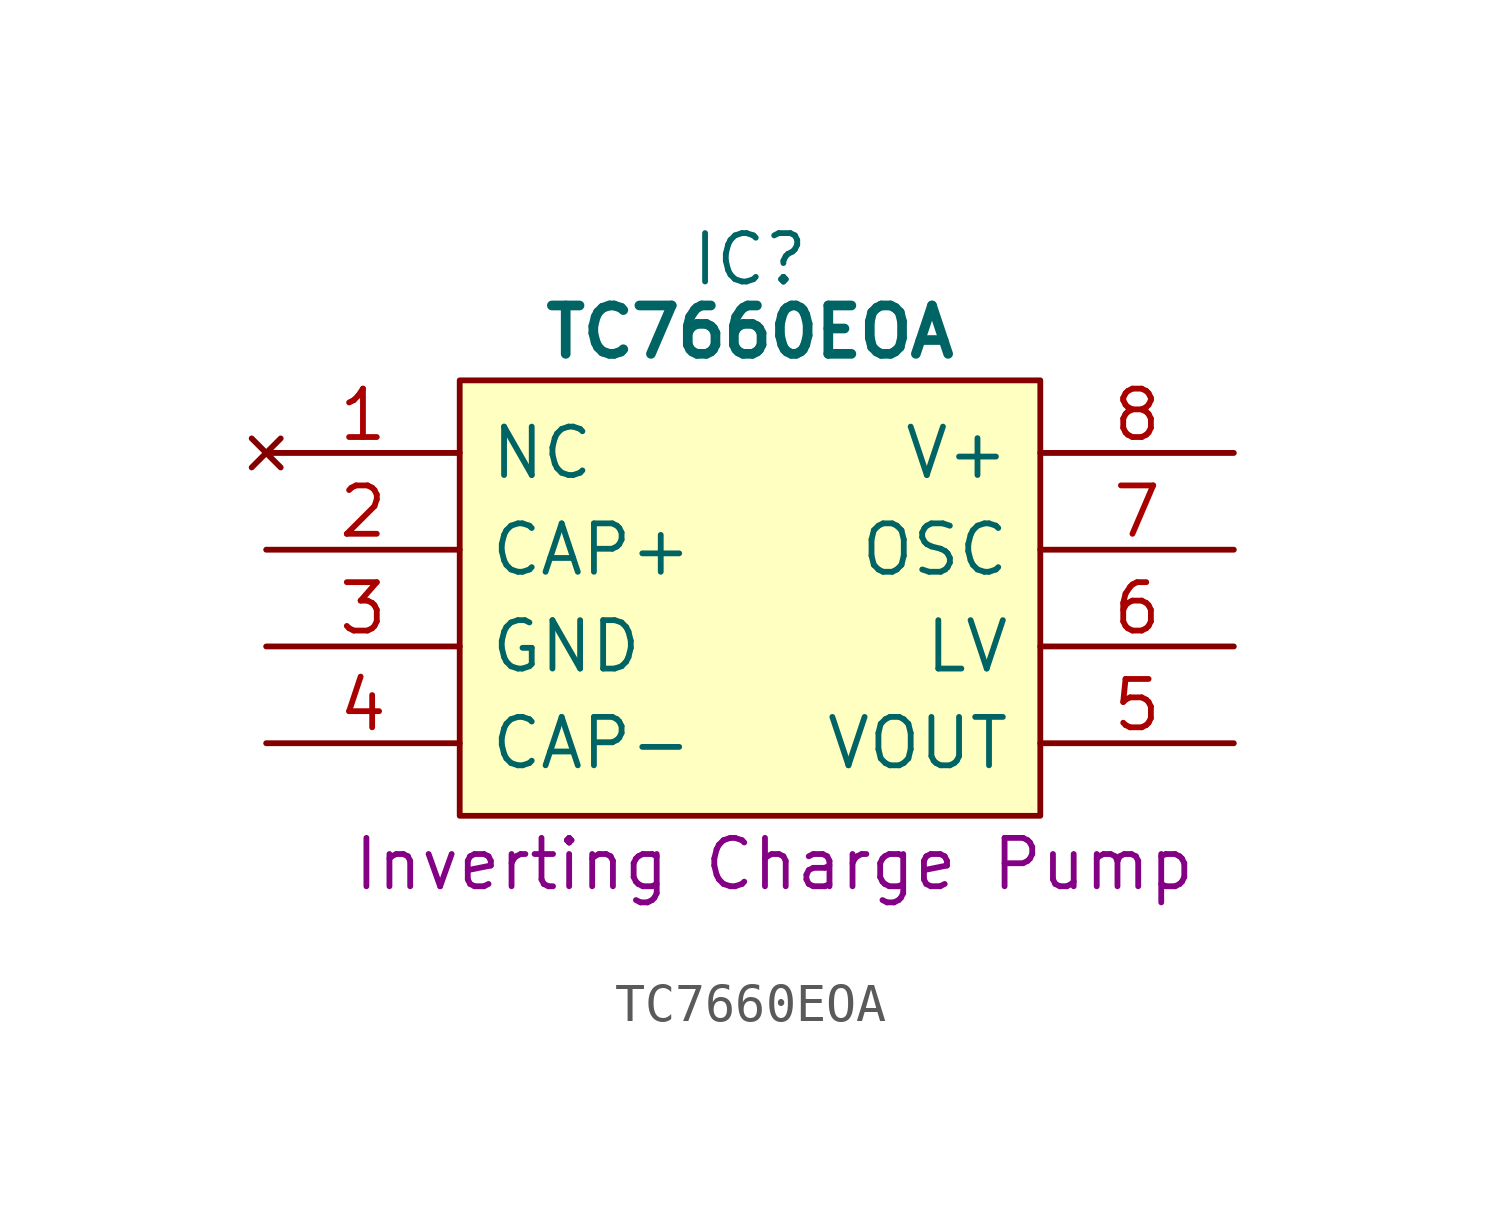
<source format=kicad_sym>
(kicad_symbol_lib
  (version 20241209)
  (generator "kicad_symbol_editor")
  (generator_version "9.0")
  (symbol "TC7660EOA"
    (pin_names
      (offset 0.762))
    (property "Reference" "IC"
      (at 12.7 5.08 0)
      (effects (font (size 1.27 1.27))))
    (property "Value" "TC7660EOA"
      (at 12.7 3.175 0)
      (effects (font (size 1.27 1.27) (bold yes))))
    (property "Description" "Inverting Charge Pump"
      (at 13.335 -10.795 0)
      (effects (font (size 1.27 1.27))))
    (symbol "TC7660EOA_0_0"
      (pin no_connect line (at 0 0 0) (length 5.08) (name "NC" (effects (font (size 1.27 1.27)))) (number "1" (effects (font (size 1.27 1.27)))))
      (pin passive line (at 0 -2.54 0) (length 5.08) (name "CAP+" (effects (font (size 1.27 1.27)))) (number "2" (effects (font (size 1.27 1.27)))))
      (pin passive line (at 0 -5.08 0) (length 5.08) (name "GND" (effects (font (size 1.27 1.27)))) (number "3" (effects (font (size 1.27 1.27)))))
      (pin passive line (at 0 -7.62 0) (length 5.08) (name "CAP-" (effects (font (size 1.27 1.27)))) (number "4" (effects (font (size 1.27 1.27)))))
      (pin passive line (at 25.4 0 180) (length 5.08) (name "V+" (effects (font (size 1.27 1.27)))) (number "8" (effects (font (size 1.27 1.27)))))
      (pin passive line (at 25.4 -2.54 180) (length 5.08) (name "OSC" (effects (font (size 1.27 1.27)))) (number "7" (effects (font (size 1.27 1.27)))))
      (pin passive line (at 25.4 -5.08 180) (length 5.08) (name "LV" (effects (font (size 1.27 1.27)))) (number "6" (effects (font (size 1.27 1.27)))))
      (pin passive line (at 25.4 -7.62 180) (length 5.08) (name "VOUT" (effects (font (size 1.27 1.27)))) (number "5" (effects (font (size 1.27 1.27))))))
    (symbol "TC7660EOA_0_1"
      (polyline (pts (xy 5.08 1.905) (xy 20.32 1.905) (xy 20.32 -9.525) (xy 5.08 -9.525) (xy 5.08 1.905)) (stroke (width 0.152) (type default)) (fill (type background))))))
</source>
